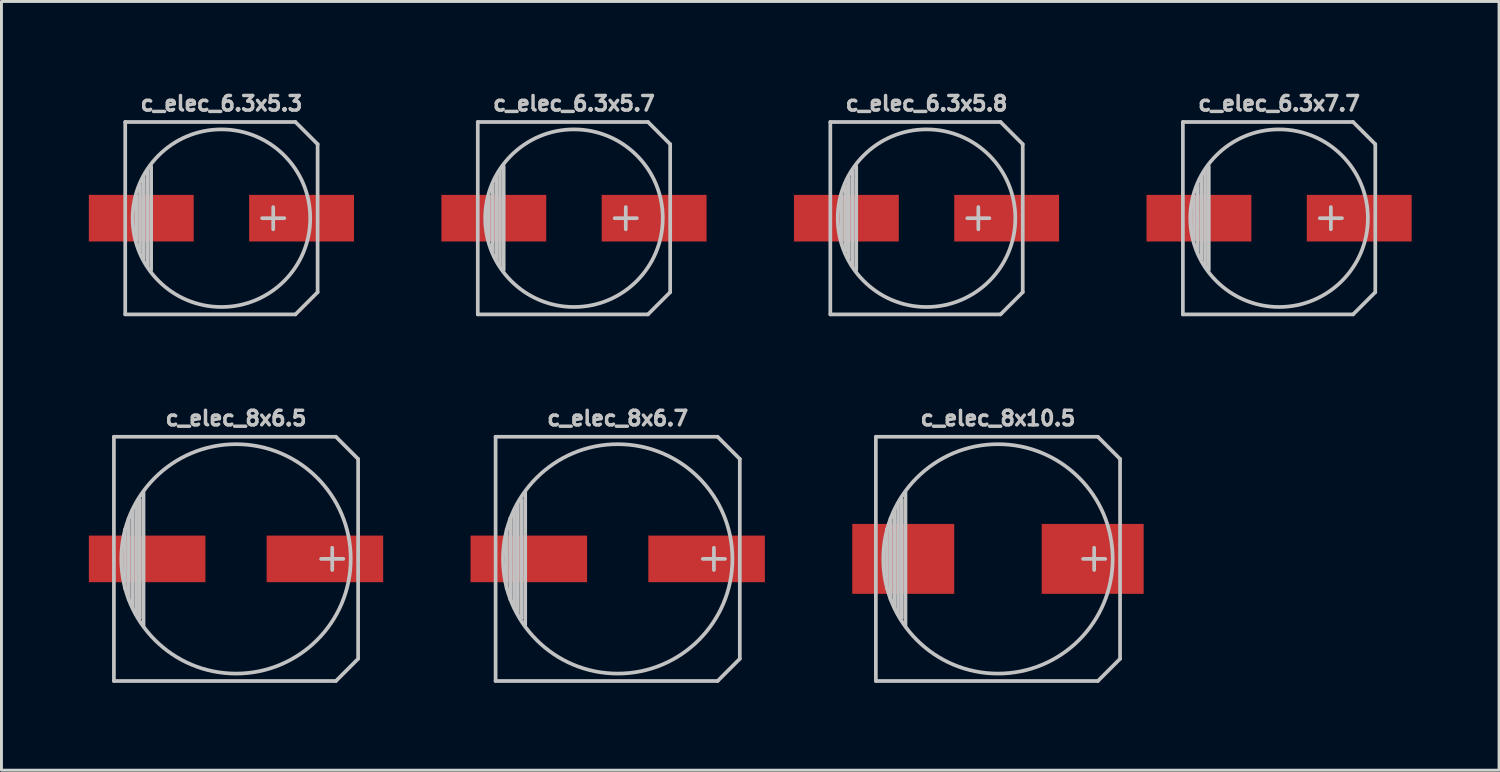
<source format=kicad_pcb>
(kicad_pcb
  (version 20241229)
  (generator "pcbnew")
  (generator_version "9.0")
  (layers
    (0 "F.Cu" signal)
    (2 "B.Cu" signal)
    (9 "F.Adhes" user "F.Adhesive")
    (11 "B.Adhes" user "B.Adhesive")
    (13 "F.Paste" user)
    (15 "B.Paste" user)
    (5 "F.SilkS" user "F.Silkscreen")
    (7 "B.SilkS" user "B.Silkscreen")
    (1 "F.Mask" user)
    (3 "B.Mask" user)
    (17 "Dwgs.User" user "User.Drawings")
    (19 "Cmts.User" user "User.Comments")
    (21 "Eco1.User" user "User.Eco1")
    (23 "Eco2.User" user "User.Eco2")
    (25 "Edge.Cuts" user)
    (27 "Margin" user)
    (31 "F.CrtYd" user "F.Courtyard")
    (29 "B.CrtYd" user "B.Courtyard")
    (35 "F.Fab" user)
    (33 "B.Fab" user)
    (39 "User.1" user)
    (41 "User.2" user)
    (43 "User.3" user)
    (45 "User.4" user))
  (footprint "c_elec_6.3x5.3"
    (layer "F.Cu")
    (at 4.55 4.439)
    (property "Reference" "c_elec_6.3x5.3" (at 0 -3.937 0) (layer "Dwgs.User") (effects (font (size 0.5 0.5) (thickness 0.119))))
    (attr through_hole)
    (fp_line (start -3.302 -3.302) (end -3.302 3.302) (stroke (width 0.127) (type solid)) (layer "Dwgs.User"))
    (fp_line (start -3.302 3.302) (end 2.54 3.302) (stroke (width 0.127) (type solid)) (layer "Dwgs.User"))
    (fp_line (start -2.921 -0.762) (end -2.921 0.762) (stroke (width 0.127) (type solid)) (layer "Dwgs.User"))
    (fp_line (start -2.794 1.143) (end -2.794 -1.143) (stroke (width 0.127) (type solid)) (layer "Dwgs.User"))
    (fp_line (start -2.667 -1.397) (end -2.667 1.397) (stroke (width 0.127) (type solid)) (layer "Dwgs.User"))
    (fp_line (start -2.54 1.651) (end -2.54 -1.651) (stroke (width 0.127) (type solid)) (layer "Dwgs.User"))
    (fp_line (start -2.413 -1.778) (end -2.413 1.778) (stroke (width 0.127) (type solid)) (layer "Dwgs.User"))
    (fp_line (start 1.778 -0.381) (end 1.778 0.381) (stroke (width 0.127) (type solid)) (layer "Dwgs.User"))
    (fp_line (start 2.159 0) (end 1.397 0) (stroke (width 0.127) (type solid)) (layer "Dwgs.User"))
    (fp_line (start 2.54 -3.302) (end -3.302 -3.302) (stroke (width 0.127) (type solid)) (layer "Dwgs.User"))
    (fp_line (start 2.54 3.302) (end 3.302 2.54) (stroke (width 0.127) (type solid)) (layer "Dwgs.User"))
    (fp_line (start 3.302 -2.54) (end 2.54 -3.302) (stroke (width 0.127) (type solid)) (layer "Dwgs.User"))
    (fp_line (start 3.302 2.54) (end 3.302 -2.54) (stroke (width 0.127) (type solid)) (layer "Dwgs.User"))
    (fp_circle (center 0 0) (end -3.048 0) (stroke (width 0.127) (type solid)) (fill no) (layer "Dwgs.User"))
    (pad "1" smd rect (at 2.751 0) (size 3.599 1.6) (layers "F.Cu" "F.Mask" "F.Paste"))
    (pad "2" smd rect (at -2.751 0) (size 3.599 1.6) (layers "F.Cu" "F.Mask" "F.Paste")))
  (footprint "c_elec_8x6.5"
    (layer "F.Cu")
    (at 5.051 16.133)
    (property "Reference" "c_elec_8x6.5" (at 0 -4.826 0) (layer "Dwgs.User") (effects (font (size 0.5 0.5) (thickness 0.119))))
    (attr through_hole)
    (fp_line (start -4.191 -4.191) (end -4.191 4.191) (stroke (width 0.127) (type solid)) (layer "Dwgs.User"))
    (fp_line (start -4.191 4.191) (end 3.429 4.191) (stroke (width 0.127) (type solid)) (layer "Dwgs.User"))
    (fp_line (start -3.81 -1.016) (end -3.81 1.016) (stroke (width 0.127) (type solid)) (layer "Dwgs.User"))
    (fp_line (start -3.683 1.397) (end -3.683 -1.397) (stroke (width 0.127) (type solid)) (layer "Dwgs.User"))
    (fp_line (start -3.556 -1.651) (end -3.556 1.651) (stroke (width 0.127) (type solid)) (layer "Dwgs.User"))
    (fp_line (start -3.429 1.905) (end -3.429 -1.905) (stroke (width 0.127) (type solid)) (layer "Dwgs.User"))
    (fp_line (start -3.302 2.032) (end -3.302 -2.032) (stroke (width 0.127) (type solid)) (layer "Dwgs.User"))
    (fp_line (start -3.175 -2.286) (end -3.175 2.286) (stroke (width 0.127) (type solid)) (layer "Dwgs.User"))
    (fp_line (start 3.302 -0.381) (end 3.302 0.381) (stroke (width 0.127) (type solid)) (layer "Dwgs.User"))
    (fp_line (start 3.429 -4.191) (end -4.191 -4.191) (stroke (width 0.127) (type solid)) (layer "Dwgs.User"))
    (fp_line (start 3.429 4.191) (end 4.191 3.429) (stroke (width 0.127) (type solid)) (layer "Dwgs.User"))
    (fp_line (start 3.683 0) (end 2.921 0) (stroke (width 0.127) (type solid)) (layer "Dwgs.User"))
    (fp_line (start 4.191 -3.429) (end 3.429 -4.191) (stroke (width 0.127) (type solid)) (layer "Dwgs.User"))
    (fp_line (start 4.191 3.429) (end 4.191 -3.429) (stroke (width 0.127) (type solid)) (layer "Dwgs.User"))
    (fp_circle (center 0 0) (end 3.937 0) (stroke (width 0.127) (type solid)) (fill no) (layer "Dwgs.User"))
    (pad "1" smd rect (at 3.051 0) (size 4 1.6) (layers "F.Cu" "F.Mask" "F.Paste"))
    (pad "2" smd rect (at -3.051 0) (size 4 1.6) (layers "F.Cu" "F.Mask" "F.Paste")))
  (footprint "c_elec_8x6.7"
    (layer "F.Cu")
    (at 18.152 16.133)
    (property "Reference" "c_elec_8x6.7" (at 0 -4.826 0) (layer "Dwgs.User") (effects (font (size 0.5 0.5) (thickness 0.119))))
    (attr through_hole)
    (fp_line (start -4.191 -4.191) (end -4.191 4.191) (stroke (width 0.127) (type solid)) (layer "Dwgs.User"))
    (fp_line (start -4.191 4.191) (end 3.429 4.191) (stroke (width 0.127) (type solid)) (layer "Dwgs.User"))
    (fp_line (start -3.81 -1.016) (end -3.81 1.016) (stroke (width 0.127) (type solid)) (layer "Dwgs.User"))
    (fp_line (start -3.683 1.397) (end -3.683 -1.397) (stroke (width 0.127) (type solid)) (layer "Dwgs.User"))
    (fp_line (start -3.556 -1.651) (end -3.556 1.651) (stroke (width 0.127) (type solid)) (layer "Dwgs.User"))
    (fp_line (start -3.429 1.905) (end -3.429 -1.905) (stroke (width 0.127) (type solid)) (layer "Dwgs.User"))
    (fp_line (start -3.302 2.032) (end -3.302 -2.032) (stroke (width 0.127) (type solid)) (layer "Dwgs.User"))
    (fp_line (start -3.175 -2.286) (end -3.175 2.286) (stroke (width 0.127) (type solid)) (layer "Dwgs.User"))
    (fp_line (start 3.302 -0.381) (end 3.302 0.381) (stroke (width 0.127) (type solid)) (layer "Dwgs.User"))
    (fp_line (start 3.429 -4.191) (end -4.191 -4.191) (stroke (width 0.127) (type solid)) (layer "Dwgs.User"))
    (fp_line (start 3.429 4.191) (end 4.191 3.429) (stroke (width 0.127) (type solid)) (layer "Dwgs.User"))
    (fp_line (start 3.683 0) (end 2.921 0) (stroke (width 0.127) (type solid)) (layer "Dwgs.User"))
    (fp_line (start 4.191 -3.429) (end 3.429 -4.191) (stroke (width 0.127) (type solid)) (layer "Dwgs.User"))
    (fp_line (start 4.191 3.429) (end 4.191 -3.429) (stroke (width 0.127) (type solid)) (layer "Dwgs.User"))
    (fp_circle (center 0 0) (end 3.937 0) (stroke (width 0.127) (type solid)) (fill no) (layer "Dwgs.User"))
    (pad "1" smd rect (at 3.051 0) (size 4 1.6) (layers "F.Cu" "F.Mask" "F.Paste"))
    (pad "2" smd rect (at -3.051 0) (size 4 1.6) (layers "F.Cu" "F.Mask" "F.Paste")))
  (footprint "c_elec_8x10.5"
    (layer "F.Cu")
    (at 31.204 16.133)
    (property "Reference" "c_elec_8x10.5" (at 0 -4.826 0) (layer "Dwgs.User") (effects (font (size 0.5 0.5) (thickness 0.119))))
    (attr through_hole)
    (fp_line (start -4.191 -4.191) (end -4.191 4.191) (stroke (width 0.127) (type solid)) (layer "Dwgs.User"))
    (fp_line (start -4.191 4.191) (end 3.429 4.191) (stroke (width 0.127) (type solid)) (layer "Dwgs.User"))
    (fp_line (start -3.81 -1.016) (end -3.81 1.016) (stroke (width 0.127) (type solid)) (layer "Dwgs.User"))
    (fp_line (start -3.683 1.397) (end -3.683 -1.397) (stroke (width 0.127) (type solid)) (layer "Dwgs.User"))
    (fp_line (start -3.556 -1.651) (end -3.556 1.651) (stroke (width 0.127) (type solid)) (layer "Dwgs.User"))
    (fp_line (start -3.429 1.905) (end -3.429 -1.905) (stroke (width 0.127) (type solid)) (layer "Dwgs.User"))
    (fp_line (start -3.302 2.032) (end -3.302 -2.032) (stroke (width 0.127) (type solid)) (layer "Dwgs.User"))
    (fp_line (start -3.175 -2.286) (end -3.175 2.286) (stroke (width 0.127) (type solid)) (layer "Dwgs.User"))
    (fp_line (start 3.302 -0.381) (end 3.302 0.381) (stroke (width 0.127) (type solid)) (layer "Dwgs.User"))
    (fp_line (start 3.429 -4.191) (end -4.191 -4.191) (stroke (width 0.127) (type solid)) (layer "Dwgs.User"))
    (fp_line (start 3.429 4.191) (end 4.191 3.429) (stroke (width 0.127) (type solid)) (layer "Dwgs.User"))
    (fp_line (start 3.683 0) (end 2.921 0) (stroke (width 0.127) (type solid)) (layer "Dwgs.User"))
    (fp_line (start 4.191 -3.429) (end 3.429 -4.191) (stroke (width 0.127) (type solid)) (layer "Dwgs.User"))
    (fp_line (start 4.191 3.429) (end 4.191 -3.429) (stroke (width 0.127) (type solid)) (layer "Dwgs.User"))
    (fp_circle (center 0 0) (end 3.937 0) (stroke (width 0.127) (type solid)) (fill no) (layer "Dwgs.User"))
    (pad "1" smd rect (at 3.251 0) (size 3.5 2.4) (layers "F.Cu" "F.Mask" "F.Paste"))
    (pad "2" smd rect (at -3.251 0) (size 3.5 2.4) (layers "F.Cu" "F.Mask" "F.Paste")))
  (footprint "c_elec_6.3x5.7"
    (layer "F.Cu")
    (at 16.651 4.439)
    (property "Reference" "c_elec_6.3x5.7" (at 0 -3.937 0) (layer "Dwgs.User") (effects (font (size 0.5 0.5) (thickness 0.119))))
    (attr through_hole)
    (fp_line (start -3.302 -3.302) (end -3.302 3.302) (stroke (width 0.127) (type solid)) (layer "Dwgs.User"))
    (fp_line (start -3.302 3.302) (end 2.54 3.302) (stroke (width 0.127) (type solid)) (layer "Dwgs.User"))
    (fp_line (start -2.921 -0.762) (end -2.921 0.762) (stroke (width 0.127) (type solid)) (layer "Dwgs.User"))
    (fp_line (start -2.794 1.143) (end -2.794 -1.143) (stroke (width 0.127) (type solid)) (layer "Dwgs.User"))
    (fp_line (start -2.667 -1.397) (end -2.667 1.397) (stroke (width 0.127) (type solid)) (layer "Dwgs.User"))
    (fp_line (start -2.54 1.651) (end -2.54 -1.651) (stroke (width 0.127) (type solid)) (layer "Dwgs.User"))
    (fp_line (start -2.413 -1.778) (end -2.413 1.778) (stroke (width 0.127) (type solid)) (layer "Dwgs.User"))
    (fp_line (start 1.778 -0.381) (end 1.778 0.381) (stroke (width 0.127) (type solid)) (layer "Dwgs.User"))
    (fp_line (start 2.159 0) (end 1.397 0) (stroke (width 0.127) (type solid)) (layer "Dwgs.User"))
    (fp_line (start 2.54 -3.302) (end -3.302 -3.302) (stroke (width 0.127) (type solid)) (layer "Dwgs.User"))
    (fp_line (start 2.54 3.302) (end 3.302 2.54) (stroke (width 0.127) (type solid)) (layer "Dwgs.User"))
    (fp_line (start 3.302 -2.54) (end 2.54 -3.302) (stroke (width 0.127) (type solid)) (layer "Dwgs.User"))
    (fp_line (start 3.302 2.54) (end 3.302 -2.54) (stroke (width 0.127) (type solid)) (layer "Dwgs.User"))
    (fp_circle (center 0 0) (end -3.048 0) (stroke (width 0.127) (type solid)) (fill no) (layer "Dwgs.User"))
    (pad "1" smd rect (at 2.751 0) (size 3.599 1.6) (layers "F.Cu" "F.Mask" "F.Paste"))
    (pad "2" smd rect (at -2.751 0) (size 3.599 1.6) (layers "F.Cu" "F.Mask" "F.Paste")))
  (footprint "c_elec_6.3x5.8"
    (layer "F.Cu")
    (at 28.752 4.439)
    (property "Reference" "c_elec_6.3x5.8" (at 0 -3.937 0) (layer "Dwgs.User") (effects (font (size 0.5 0.5) (thickness 0.119))))
    (attr through_hole)
    (fp_line (start -3.302 -3.302) (end -3.302 3.302) (stroke (width 0.127) (type solid)) (layer "Dwgs.User"))
    (fp_line (start -3.302 3.302) (end 2.54 3.302) (stroke (width 0.127) (type solid)) (layer "Dwgs.User"))
    (fp_line (start -2.921 -0.762) (end -2.921 0.762) (stroke (width 0.127) (type solid)) (layer "Dwgs.User"))
    (fp_line (start -2.794 1.143) (end -2.794 -1.143) (stroke (width 0.127) (type solid)) (layer "Dwgs.User"))
    (fp_line (start -2.667 -1.397) (end -2.667 1.397) (stroke (width 0.127) (type solid)) (layer "Dwgs.User"))
    (fp_line (start -2.54 1.651) (end -2.54 -1.651) (stroke (width 0.127) (type solid)) (layer "Dwgs.User"))
    (fp_line (start -2.413 -1.778) (end -2.413 1.778) (stroke (width 0.127) (type solid)) (layer "Dwgs.User"))
    (fp_line (start 1.778 -0.381) (end 1.778 0.381) (stroke (width 0.127) (type solid)) (layer "Dwgs.User"))
    (fp_line (start 2.159 0) (end 1.397 0) (stroke (width 0.127) (type solid)) (layer "Dwgs.User"))
    (fp_line (start 2.54 -3.302) (end -3.302 -3.302) (stroke (width 0.127) (type solid)) (layer "Dwgs.User"))
    (fp_line (start 2.54 3.302) (end 3.302 2.54) (stroke (width 0.127) (type solid)) (layer "Dwgs.User"))
    (fp_line (start 3.302 -2.54) (end 2.54 -3.302) (stroke (width 0.127) (type solid)) (layer "Dwgs.User"))
    (fp_line (start 3.302 2.54) (end 3.302 -2.54) (stroke (width 0.127) (type solid)) (layer "Dwgs.User"))
    (fp_circle (center 0 0) (end -3.048 0) (stroke (width 0.127) (type solid)) (fill no) (layer "Dwgs.User"))
    (pad "1" smd rect (at 2.751 0) (size 3.599 1.6) (layers "F.Cu" "F.Mask" "F.Paste"))
    (pad "2" smd rect (at -2.751 0) (size 3.599 1.6) (layers "F.Cu" "F.Mask" "F.Paste")))
  (footprint "c_elec_6.3x7.7"
    (layer "F.Cu")
    (at 40.853 4.439)
    (property "Reference" "c_elec_6.3x7.7" (at 0 -3.937 0) (layer "Dwgs.User") (effects (font (size 0.5 0.5) (thickness 0.119))))
    (attr through_hole)
    (fp_line (start -3.302 -3.302) (end -3.302 3.302) (stroke (width 0.127) (type solid)) (layer "Dwgs.User"))
    (fp_line (start -3.302 3.302) (end 2.54 3.302) (stroke (width 0.127) (type solid)) (layer "Dwgs.User"))
    (fp_line (start -2.921 -0.762) (end -2.921 0.762) (stroke (width 0.127) (type solid)) (layer "Dwgs.User"))
    (fp_line (start -2.794 1.143) (end -2.794 -1.143) (stroke (width 0.127) (type solid)) (layer "Dwgs.User"))
    (fp_line (start -2.667 -1.397) (end -2.667 1.397) (stroke (width 0.127) (type solid)) (layer "Dwgs.User"))
    (fp_line (start -2.54 1.651) (end -2.54 -1.651) (stroke (width 0.127) (type solid)) (layer "Dwgs.User"))
    (fp_line (start -2.413 -1.778) (end -2.413 1.778) (stroke (width 0.127) (type solid)) (layer "Dwgs.User"))
    (fp_line (start 1.778 -0.381) (end 1.778 0.381) (stroke (width 0.127) (type solid)) (layer "Dwgs.User"))
    (fp_line (start 2.159 0) (end 1.397 0) (stroke (width 0.127) (type solid)) (layer "Dwgs.User"))
    (fp_line (start 2.54 -3.302) (end -3.302 -3.302) (stroke (width 0.127) (type solid)) (layer "Dwgs.User"))
    (fp_line (start 2.54 3.302) (end 3.302 2.54) (stroke (width 0.127) (type solid)) (layer "Dwgs.User"))
    (fp_line (start 3.302 -2.54) (end 2.54 -3.302) (stroke (width 0.127) (type solid)) (layer "Dwgs.User"))
    (fp_line (start 3.302 2.54) (end 3.302 -2.54) (stroke (width 0.127) (type solid)) (layer "Dwgs.User"))
    (fp_circle (center 0 0) (end -3.048 0) (stroke (width 0.127) (type solid)) (fill no) (layer "Dwgs.User"))
    (pad "1" smd rect (at 2.751 0) (size 3.599 1.6) (layers "F.Cu" "F.Mask" "F.Paste"))
    (pad "2" smd rect (at -2.751 0) (size 3.599 1.6) (layers "F.Cu" "F.Mask" "F.Paste")))
  (gr_rect
    (start -3 -3)
    (end 48.403 23.387)
    (stroke (width 0.1) (type default))
    (fill no)
    (layer "Edge.Cuts")))
</source>
